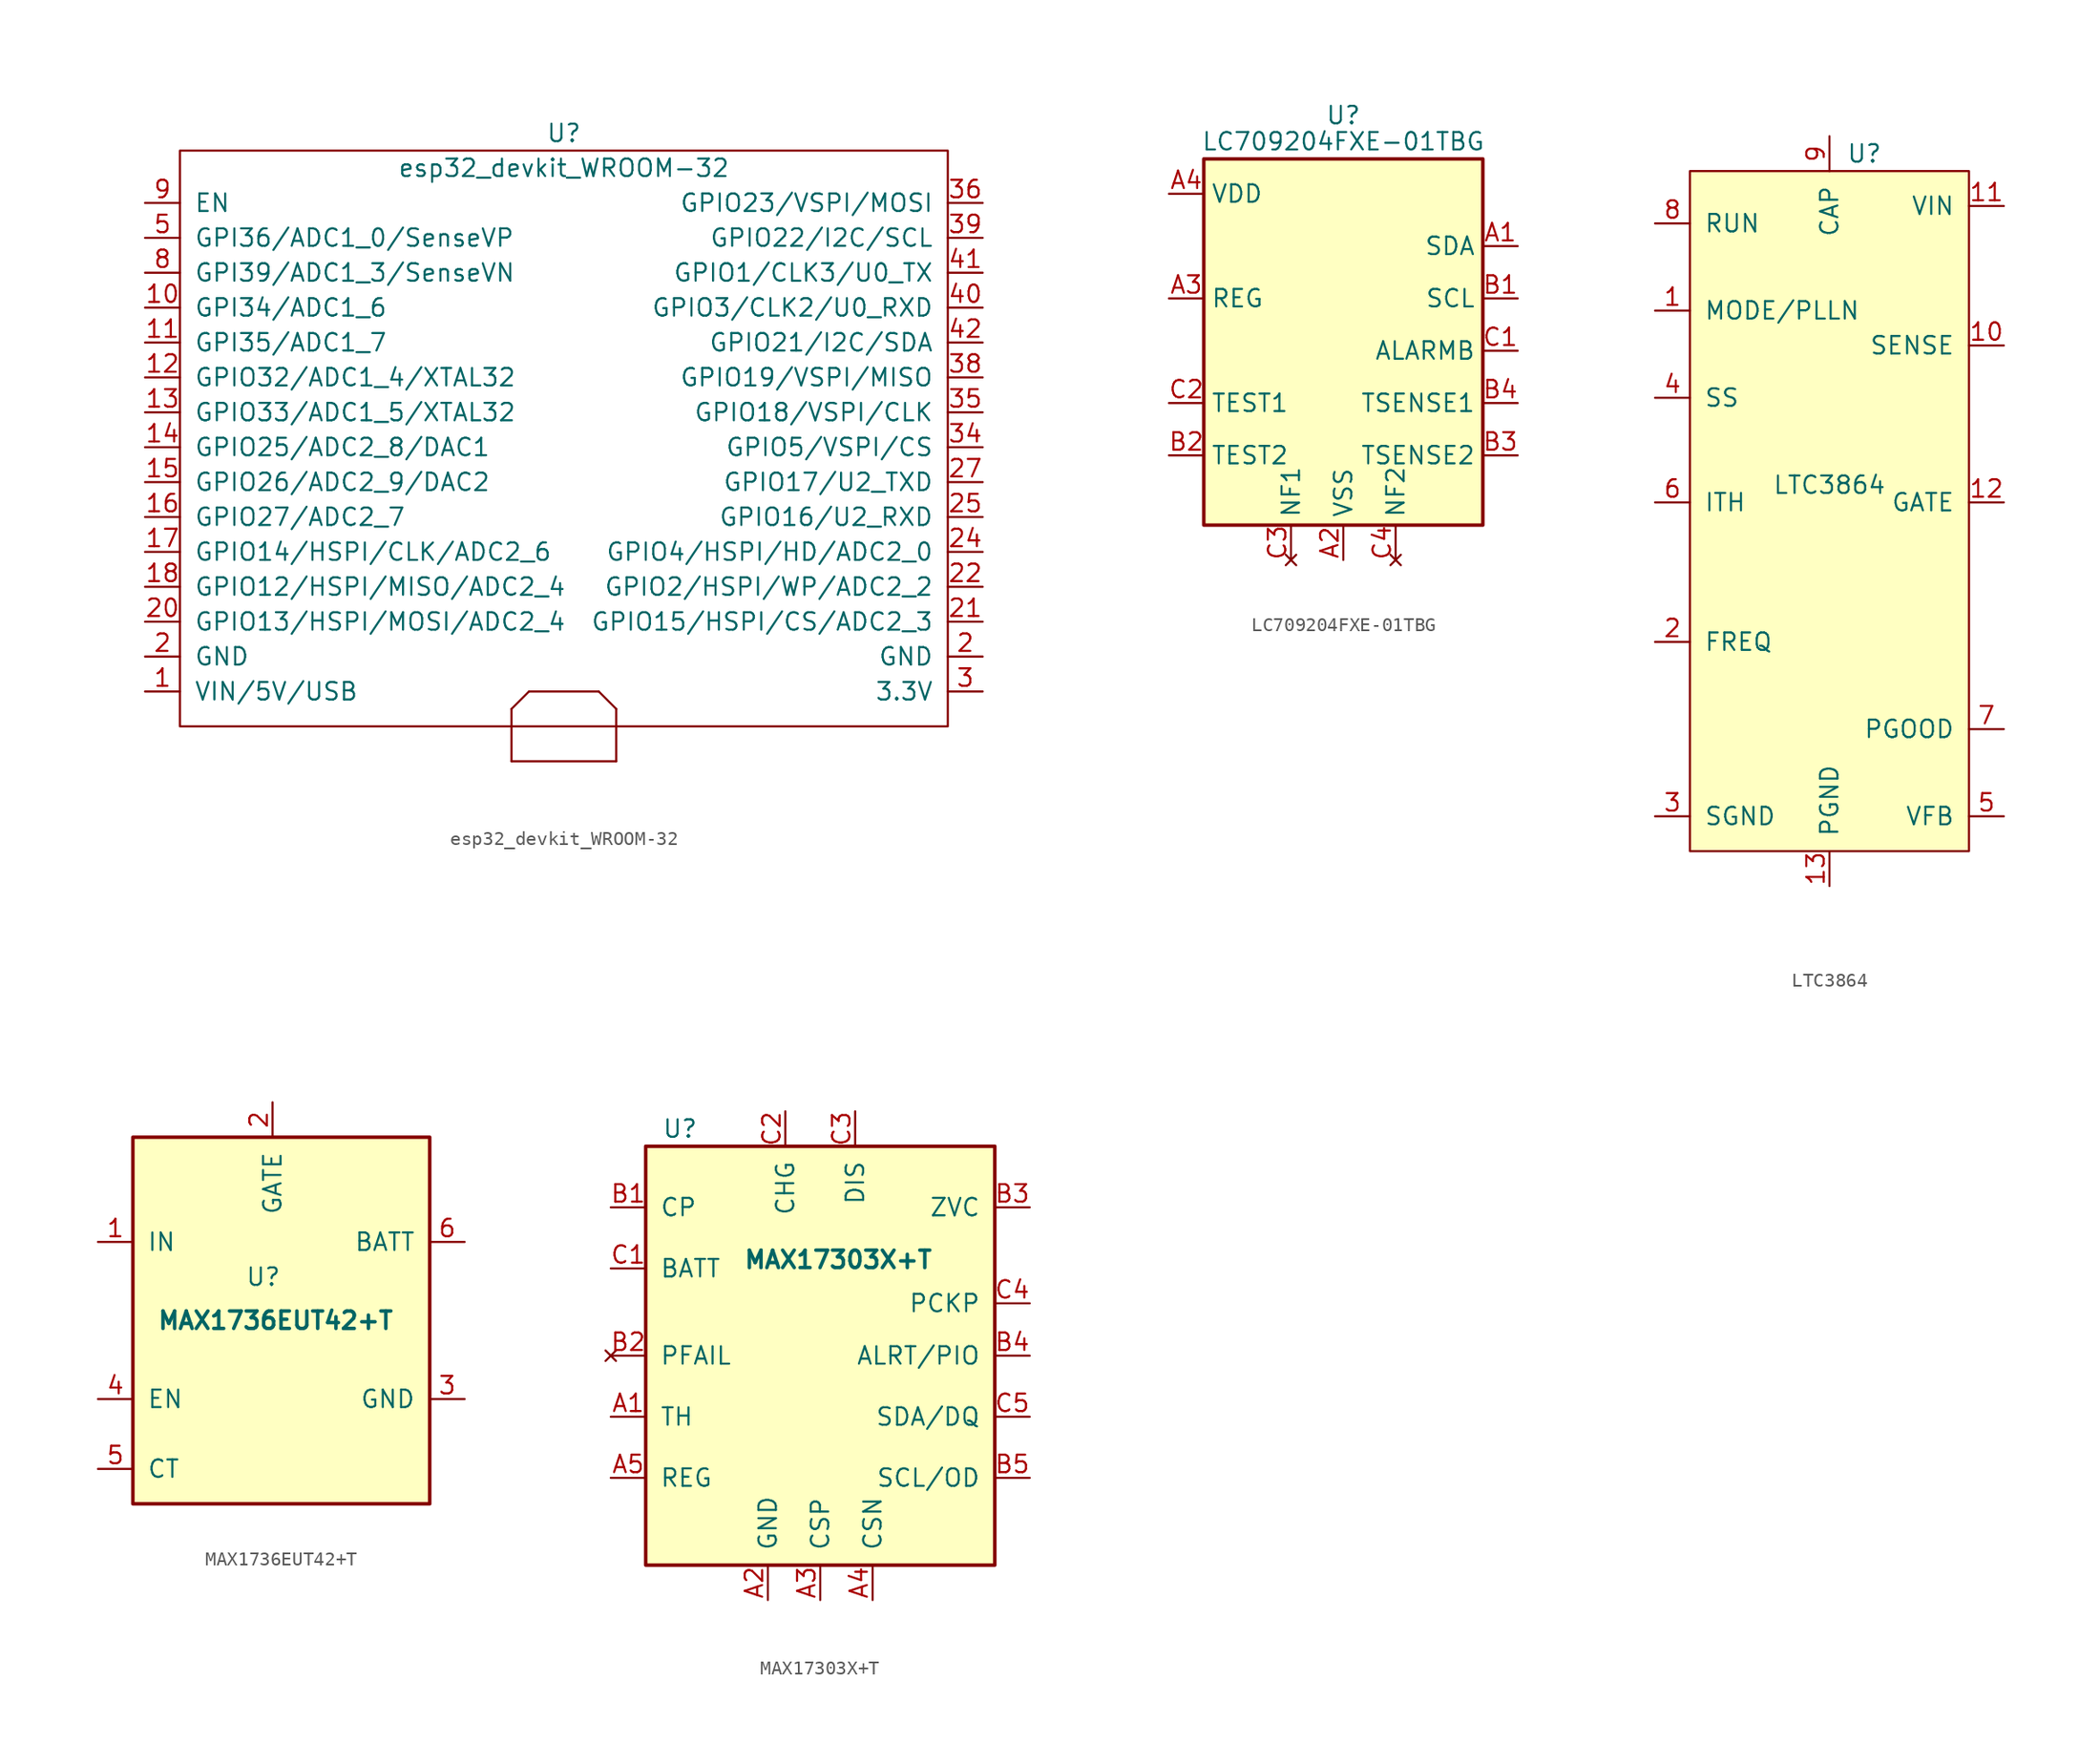
<source format=kicad_sym>
(kicad_symbol_lib
  (version 20211014)
  (generator kicad_symbol_editor)
  (symbol "esp32_devkit_WROOM-32"
    (pin_names
      (offset 1.016))
    (property "Reference" "U"
      (at 0 22.86 0)
      (effects (font (size 1.27 1.27))))
    (property "Value" "esp32_devkit_WROOM-32"
      (at 0 20.32 0)
      (effects (font (size 1.27 1.27))))
    (symbol "esp32_devkit_WROOM-32_0_1"
      (rectangle (start -27.94 -20.32) (end 27.94 21.59) (stroke (width 0) (type default) (color 0 0 0 0)) (fill (type none)))
      (polyline (pts (xy -2.54 -17.78) (xy -3.81 -19.05)) (stroke (width 0) (type default) (color 0 0 0 0)) (fill (type none)))
      (polyline (pts (xy -2.54 -17.78) (xy 2.54 -17.78)) (stroke (width 0) (type default) (color 0 0 0 0)) (fill (type none)))
      (polyline (pts (xy 2.54 -17.78) (xy 3.81 -19.05)) (stroke (width 0) (type default) (color 0 0 0 0)) (fill (type none)))
      (polyline (pts (xy 3.81 -19.05) (xy 3.81 -22.86)) (stroke (width 0) (type default) (color 0 0 0 0)) (fill (type none)))
      (polyline (pts (xy -3.81 -22.86) (xy -3.81 -20.32) (xy -3.81 -19.05)) (stroke (width 0) (type default) (color 0 0 0 0)) (fill (type none)))
      (polyline (pts (xy -3.81 -22.86) (xy 0 -22.86) (xy 3.81 -22.86)) (stroke (width 0) (type default) (color 0 0 0 0)) (fill (type none))))
    (symbol "esp32_devkit_WROOM-32_1_1"
      (pin input line (at -30.48 -17.78 0) (length 2.54) (name "VIN/5V/USB" (effects (font (size 1.27 1.27)))) (number "1" (effects (font (size 1.27 1.27)))))
      (pin input line (at -30.48 10.16 0) (length 2.54) (name "GPI34/ADC1_6" (effects (font (size 1.27 1.27)))) (number "10" (effects (font (size 1.27 1.27)))))
      (pin input line (at -30.48 7.62 0) (length 2.54) (name "GPI35/ADC1_7" (effects (font (size 1.27 1.27)))) (number "11" (effects (font (size 1.27 1.27)))))
      (pin input line (at -30.48 5.08 0) (length 2.54) (name "GPIO32/ADC1_4/XTAL32" (effects (font (size 1.27 1.27)))) (number "12" (effects (font (size 1.27 1.27)))))
      (pin input line (at -30.48 2.54 0) (length 2.54) (name "GPIO33/ADC1_5/XTAL32" (effects (font (size 1.27 1.27)))) (number "13" (effects (font (size 1.27 1.27)))))
      (pin input line (at -30.48 0 0) (length 2.54) (name "GPIO25/ADC2_8/DAC1" (effects (font (size 1.27 1.27)))) (number "14" (effects (font (size 1.27 1.27)))))
      (pin input line (at -30.48 -2.54 0) (length 2.54) (name "GPIO26/ADC2_9/DAC2" (effects (font (size 1.27 1.27)))) (number "15" (effects (font (size 1.27 1.27)))))
      (pin input line (at -30.48 -5.08 0) (length 2.54) (name "GPIO27/ADC2_7" (effects (font (size 1.27 1.27)))) (number "16" (effects (font (size 1.27 1.27)))))
      (pin input line (at -30.48 -7.62 0) (length 2.54) (name "GPIO14/HSPI/CLK/ADC2_6" (effects (font (size 1.27 1.27)))) (number "17" (effects (font (size 1.27 1.27)))))
      (pin input line (at -30.48 -10.16 0) (length 2.54) (name "GPIO12/HSPI/MISO/ADC2_4" (effects (font (size 1.27 1.27)))) (number "18" (effects (font (size 1.27 1.27)))))
      (pin input line (at -30.48 -15.24 0) (length 2.54) (name "GND" (effects (font (size 1.27 1.27)))) (number "2" (effects (font (size 1.27 1.27)))))
      (pin input line (at 30.48 -15.24 180) (length 2.54) (name "GND" (effects (font (size 1.27 1.27)))) (number "2" (effects (font (size 1.27 1.27)))))
      (pin input line (at -30.48 -12.7 0) (length 2.54) (name "GPIO13/HSPI/MOSI/ADC2_4" (effects (font (size 1.27 1.27)))) (number "20" (effects (font (size 1.27 1.27)))))
      (pin input line (at 30.48 -12.7 180) (length 2.54) (name "GPIO15/HSPI/CS/ADC2_3" (effects (font (size 1.27 1.27)))) (number "21" (effects (font (size 1.27 1.27)))))
      (pin input line (at 30.48 -10.16 180) (length 2.54) (name "GPIO2/HSPI/WP/ADC2_2" (effects (font (size 1.27 1.27)))) (number "22" (effects (font (size 1.27 1.27)))))
      (pin input line (at 30.48 -7.62 180) (length 2.54) (name "GPIO4/HSPI/HD/ADC2_0" (effects (font (size 1.27 1.27)))) (number "24" (effects (font (size 1.27 1.27)))))
      (pin input line (at 30.48 -5.08 180) (length 2.54) (name "GPIO16/U2_RXD" (effects (font (size 1.27 1.27)))) (number "25" (effects (font (size 1.27 1.27)))))
      (pin input line (at 30.48 -2.54 180) (length 2.54) (name "GPIO17/U2_TXD" (effects (font (size 1.27 1.27)))) (number "27" (effects (font (size 1.27 1.27)))))
      (pin input line (at 30.48 -17.78 180) (length 2.54) (name "3.3V" (effects (font (size 1.27 1.27)))) (number "3" (effects (font (size 1.27 1.27)))))
      (pin input line (at 30.48 0 180) (length 2.54) (name "GPIO5/VSPI/CS" (effects (font (size 1.27 1.27)))) (number "34" (effects (font (size 1.27 1.27)))))
      (pin input line (at 30.48 2.54 180) (length 2.54) (name "GPIO18/VSPI/CLK" (effects (font (size 1.27 1.27)))) (number "35" (effects (font (size 1.27 1.27)))))
      (pin input line (at 30.48 17.78 180) (length 2.54) (name "GPIO23/VSPI/MOSI" (effects (font (size 1.27 1.27)))) (number "36" (effects (font (size 1.27 1.27)))))
      (pin input line (at 30.48 5.08 180) (length 2.54) (name "GPIO19/VSPI/MISO" (effects (font (size 1.27 1.27)))) (number "38" (effects (font (size 1.27 1.27)))))
      (pin input line (at 30.48 15.24 180) (length 2.54) (name "GPIO22/I2C/SCL" (effects (font (size 1.27 1.27)))) (number "39" (effects (font (size 1.27 1.27)))))
      (pin input line (at 30.48 10.16 180) (length 2.54) (name "GPIO3/CLK2/U0_RXD" (effects (font (size 1.27 1.27)))) (number "40" (effects (font (size 1.27 1.27)))))
      (pin input line (at 30.48 12.7 180) (length 2.54) (name "GPIO1/CLK3/U0_TX" (effects (font (size 1.27 1.27)))) (number "41" (effects (font (size 1.27 1.27)))))
      (pin input line (at 30.48 7.62 180) (length 2.54) (name "GPIO21/I2C/SDA" (effects (font (size 1.27 1.27)))) (number "42" (effects (font (size 1.27 1.27)))))
      (pin input line (at -30.48 15.24 0) (length 2.54) (name "GPI36/ADC1_0/SenseVP" (effects (font (size 1.27 1.27)))) (number "5" (effects (font (size 1.27 1.27)))))
      (pin input line (at -30.48 12.7 0) (length 2.54) (name "GPI39/ADC1_3/SenseVN" (effects (font (size 1.27 1.27)))) (number "8" (effects (font (size 1.27 1.27)))))
      (pin input line (at -30.48 17.78 0) (length 2.54) (name "EN" (effects (font (size 1.27 1.27)))) (number "9" (effects (font (size 1.27 1.27)))))))
  (symbol "LC709204FXE-01TBG"
    (property "Reference" "U"
      (at 0 17.145 0)
      (effects (font (size 1.27 1.27))))
    (property "Value" "LC709204FXE-01TBG"
      (at 0 15.24 0)
      (effects (font (size 1.27 1.27))))
    (symbol "LC709204FXE-01TBG_0_1"
      (rectangle (start -10.16 13.97) (end 10.16 -12.7) (stroke (width 0.254) (type default) (color 0 0 0 0)) (fill (type background))))
    (symbol "LC709204FXE-01TBG_1_1"
      (pin bidirectional line (at 12.7 7.62 180) (length 2.54) (name "SDA" (effects (font (size 1.27 1.27)))) (number "A1" (effects (font (size 1.27 1.27)))))
      (pin power_in line (at 0 -15.24 90) (length 2.54) (name "VSS" (effects (font (size 1.27 1.27)))) (number "A2" (effects (font (size 1.27 1.27)))))
      (pin output line (at -12.7 3.81 0) (length 2.54) (name "REG" (effects (font (size 1.27 1.27)))) (number "A3" (effects (font (size 1.27 1.27)))))
      (pin power_in line (at -12.7 11.43 0) (length 2.54) (name "VDD" (effects (font (size 1.27 1.27)))) (number "A4" (effects (font (size 1.27 1.27)))))
      (pin input line (at 12.7 3.81 180) (length 2.54) (name "SCL" (effects (font (size 1.27 1.27)))) (number "B1" (effects (font (size 1.27 1.27)))))
      (pin input line (at -12.7 -7.62 0) (length 2.54) (name "TEST2" (effects (font (size 1.27 1.27)))) (number "B2" (effects (font (size 1.27 1.27)))))
      (pin bidirectional line (at 12.7 -7.62 180) (length 2.54) (name "TSENSE2" (effects (font (size 1.27 1.27)))) (number "B3" (effects (font (size 1.27 1.27)))))
      (pin bidirectional line (at 12.7 -3.81 180) (length 2.54) (name "TSENSE1" (effects (font (size 1.27 1.27)))) (number "B4" (effects (font (size 1.27 1.27)))))
      (pin open_collector line (at 12.7 0 180) (length 2.54) (name "ALARMB" (effects (font (size 1.27 1.27)))) (number "C1" (effects (font (size 1.27 1.27)))))
      (pin input line (at -12.7 -3.81 0) (length 2.54) (name "TEST1" (effects (font (size 1.27 1.27)))) (number "C2" (effects (font (size 1.27 1.27)))))
      (pin no_connect line (at -3.81 -15.24 90) (length 2.54) (name "NF1" (effects (font (size 1.27 1.27)))) (number "C3" (effects (font (size 1.27 1.27)))))
      (pin no_connect line (at 3.81 -15.24 90) (length 2.54) (name "NF2" (effects (font (size 1.27 1.27)))) (number "C4" (effects (font (size 1.27 1.27)))))))
  (symbol "LTC3864"
    (pin_names
      (offset 1.016))
    (property "Reference" "U"
      (at 2.54 25.4 0)
      (effects (font (size 1.27 1.27))))
    (property "Value" "LTC3864"
      (at 0 1.27 0)
      (effects (font (size 1.27 1.27))))
    (symbol "LTC3864_0_1"
      (rectangle (start -10.16 24.13) (end 10.16 -25.4) (stroke (width 0) (type default) (color 0 0 0 0)) (fill (type background))))
    (symbol "LTC3864_1_1"
      (pin input line (at -12.7 13.97 0) (length 2.54) (name "MODE/PLLN" (effects (font (size 1.27 1.27)))) (number "1" (effects (font (size 1.27 1.27)))))
      (pin input line (at 12.7 11.43 180) (length 2.54) (name "SENSE" (effects (font (size 1.27 1.27)))) (number "10" (effects (font (size 1.27 1.27)))))
      (pin power_in line (at 12.7 21.59 180) (length 2.54) (name "VIN" (effects (font (size 1.27 1.27)))) (number "11" (effects (font (size 1.27 1.27)))))
      (pin output line (at 12.7 0 180) (length 2.54) (name "GATE" (effects (font (size 1.27 1.27)))) (number "12" (effects (font (size 1.27 1.27)))))
      (pin power_in line (at 0 -27.94 90) (length 2.54) (name "PGND" (effects (font (size 1.27 1.27)))) (number "13" (effects (font (size 1.27 1.27)))))
      (pin input line (at -12.7 -10.16 0) (length 2.54) (name "FREQ" (effects (font (size 1.27 1.27)))) (number "2" (effects (font (size 1.27 1.27)))))
      (pin power_in line (at -12.7 -22.86 0) (length 2.54) (name "SGND" (effects (font (size 1.27 1.27)))) (number "3" (effects (font (size 1.27 1.27)))))
      (pin input line (at -12.7 7.62 0) (length 2.54) (name "SS" (effects (font (size 1.27 1.27)))) (number "4" (effects (font (size 1.27 1.27)))))
      (pin output line (at 12.7 -22.86 180) (length 2.54) (name "VFB" (effects (font (size 1.27 1.27)))) (number "5" (effects (font (size 1.27 1.27)))))
      (pin output line (at -12.7 0 0) (length 2.54) (name "ITH" (effects (font (size 1.27 1.27)))) (number "6" (effects (font (size 1.27 1.27)))))
      (pin output line (at 12.7 -16.51 180) (length 2.54) (name "PGOOD" (effects (font (size 1.27 1.27)))) (number "7" (effects (font (size 1.27 1.27)))))
      (pin input line (at -12.7 20.32 0) (length 2.54) (name "RUN" (effects (font (size 1.27 1.27)))) (number "8" (effects (font (size 1.27 1.27)))))
      (pin power_in line (at 0 26.67 270) (length 2.54) (name "CAP" (effects (font (size 1.27 1.27)))) (number "9" (effects (font (size 1.27 1.27)))))))
  (symbol "MAX1736EUT42+T"
    (pin_names
      (offset 1.016))
    (property "Reference" "U"
      (at 0.635 3.81 0)
      (effects (font (size 1.27 1.27)) (justify right)))
    (property "Value" "MAX1736EUT42+T"
      (at 8.89 0.635 0)
      (effects (font (size 1.27 1.27) bold) (justify right)))
    (symbol "MAX1736EUT42+T_0_1"
      (rectangle (start -10.16 13.97) (end 11.43 -12.7) (stroke (width 0.254) (type default) (color 0 0 0 0)) (fill (type background))))
    (symbol "MAX1736EUT42+T_1_1"
      (pin power_in line (at -12.7 6.35 0) (length 2.54) (name "IN" (effects (font (size 1.27 1.27)))) (number "1" (effects (font (size 1.27 1.27)))))
      (pin output line (at 0 16.51 270) (length 2.54) (name "GATE" (effects (font (size 1.27 1.27)))) (number "2" (effects (font (size 1.27 1.27)))))
      (pin power_in line (at 13.97 -5.08 180) (length 2.54) (name "GND" (effects (font (size 1.27 1.27)))) (number "3" (effects (font (size 1.27 1.27)))))
      (pin input line (at -12.7 -5.08 0) (length 2.54) (name "EN" (effects (font (size 1.27 1.27)))) (number "4" (effects (font (size 1.27 1.27)))))
      (pin input line (at -12.7 -10.16 0) (length 2.54) (name "CT" (effects (font (size 1.27 1.27)))) (number "5" (effects (font (size 1.27 1.27)))))
      (pin power_in line (at 13.97 6.35 180) (length 2.54) (name "BATT" (effects (font (size 1.27 1.27)))) (number "6" (effects (font (size 1.27 1.27)))))))
  (symbol "MAX17303X+T"
    (pin_names
      (offset 1.016))
    (property "Reference" "U"
      (at -8.89 16.51 0)
      (effects (font (size 1.27 1.27)) (justify right)))
    (property "Value" "MAX17303X+T"
      (at 8.255 6.985 0)
      (effects (font (size 1.27 1.27) bold) (justify right)))
    (symbol "MAX17303X+T_0_1"
      (rectangle (start -12.7 15.24) (end 12.7 -15.24) (stroke (width 0.254) (type default) (color 0 0 0 0)) (fill (type background))))
    (symbol "MAX17303X+T_1_1"
      (pin input line (at -15.24 -4.445 0) (length 2.54) (name "TH" (effects (font (size 1.27 1.27)))) (number "A1" (effects (font (size 1.27 1.27)))))
      (pin power_in line (at -3.81 -17.78 90) (length 2.54) (name "GND" (effects (font (size 1.27 1.27)))) (number "A2" (effects (font (size 1.27 1.27)))))
      (pin input line (at 0 -17.78 90) (length 2.54) (name "CSP" (effects (font (size 1.27 1.27)))) (number "A3" (effects (font (size 1.27 1.27)))))
      (pin input line (at 3.81 -17.78 90) (length 2.54) (name "CSN" (effects (font (size 1.27 1.27)))) (number "A4" (effects (font (size 1.27 1.27)))))
      (pin power_out line (at -15.24 -8.89 0) (length 2.54) (name "REG" (effects (font (size 1.27 1.27)))) (number "A5" (effects (font (size 1.27 1.27)))))
      (pin output line (at -15.24 10.795 0) (length 2.54) (name "CP" (effects (font (size 1.27 1.27)))) (number "B1" (effects (font (size 1.27 1.27)))))
      (pin no_connect line (at -15.24 0 0) (length 2.54) (name "PFAIL" (effects (font (size 1.27 1.27)))) (number "B2" (effects (font (size 1.27 1.27)))))
      (pin input line (at 15.24 10.795 180) (length 2.54) (name "ZVC" (effects (font (size 1.27 1.27)))) (number "B3" (effects (font (size 1.27 1.27)))))
      (pin output line (at 15.24 0 180) (length 2.54) (name "ALRT/PIO" (effects (font (size 1.27 1.27)))) (number "B4" (effects (font (size 1.27 1.27)))))
      (pin input line (at 15.24 -8.89 180) (length 2.54) (name "SCL/OD" (effects (font (size 1.27 1.27)))) (number "B5" (effects (font (size 1.27 1.27)))))
      (pin power_in line (at -15.24 6.35 0) (length 2.54) (name "BATT" (effects (font (size 1.27 1.27)))) (number "C1" (effects (font (size 1.27 1.27)))))
      (pin output line (at -2.54 17.78 270) (length 2.54) (name "CHG" (effects (font (size 1.27 1.27)))) (number "C2" (effects (font (size 1.27 1.27)))))
      (pin output line (at 2.54 17.78 270) (length 2.54) (name "DIS" (effects (font (size 1.27 1.27)))) (number "C3" (effects (font (size 1.27 1.27)))))
      (pin power_out line (at 15.24 3.81 180) (length 2.54) (name "PCKP" (effects (font (size 1.27 1.27)))) (number "C4" (effects (font (size 1.27 1.27)))))
      (pin bidirectional line (at 15.24 -4.445 180) (length 2.54) (name "SDA/DQ" (effects (font (size 1.27 1.27)))) (number "C5" (effects (font (size 1.27 1.27))))))))
</source>
